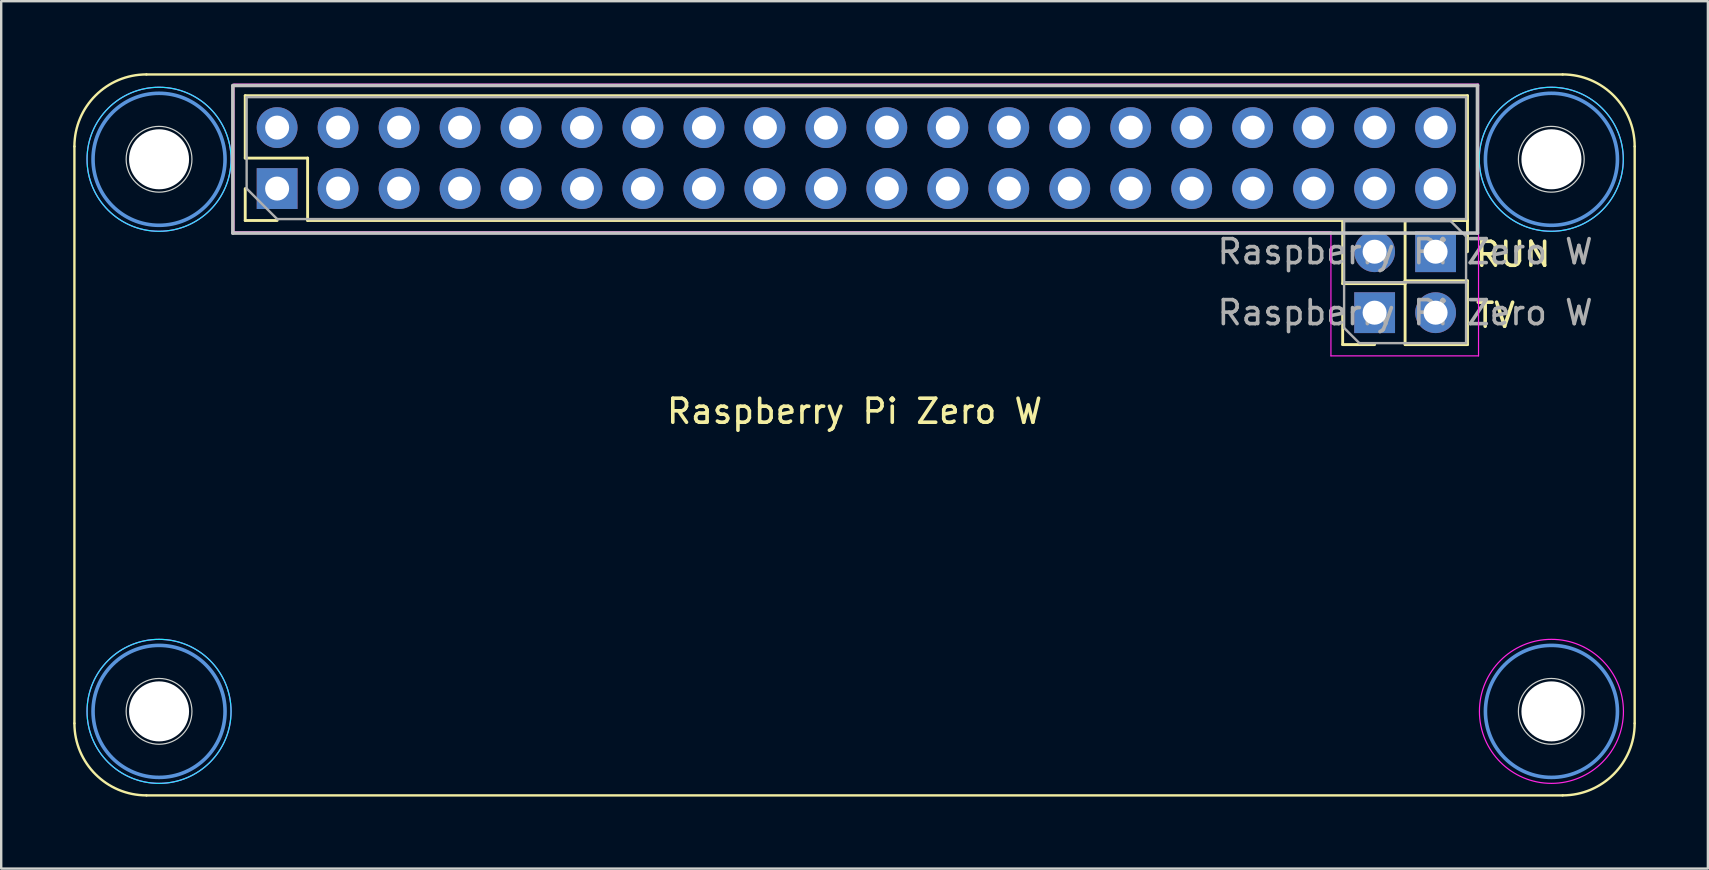
<source format=kicad_pcb>
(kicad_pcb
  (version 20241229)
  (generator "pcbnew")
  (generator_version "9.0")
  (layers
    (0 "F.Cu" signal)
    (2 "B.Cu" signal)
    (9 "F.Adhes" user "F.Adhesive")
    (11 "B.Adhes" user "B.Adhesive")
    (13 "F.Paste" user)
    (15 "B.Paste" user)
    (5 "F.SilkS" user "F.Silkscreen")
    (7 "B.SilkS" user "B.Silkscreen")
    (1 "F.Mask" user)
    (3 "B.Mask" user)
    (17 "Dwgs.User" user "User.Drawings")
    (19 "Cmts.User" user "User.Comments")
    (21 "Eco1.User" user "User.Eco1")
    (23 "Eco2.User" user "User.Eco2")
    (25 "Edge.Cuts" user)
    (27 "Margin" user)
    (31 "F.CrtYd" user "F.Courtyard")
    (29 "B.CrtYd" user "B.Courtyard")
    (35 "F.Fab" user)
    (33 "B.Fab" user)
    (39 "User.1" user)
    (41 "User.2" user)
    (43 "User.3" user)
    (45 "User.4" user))
  (footprint "Raspberry Pi Zero W"
    (layer "F.Cu")
    (at 32.55 15.085)
    (property "Reference" "Raspberry Pi Zero W" (at 0 -1 0) (unlocked yes) (layer "F.SilkS") (effects (font (size 1 1) (thickness 0.15))))
    (attr through_hole)
    (fp_line (start -32.5 12) (end -32.5 -12.034) (stroke (width 0.1) (type solid)) (layer "F.SilkS"))
    (fp_line (start -29.5 -15.034) (end 29.5 -15.034) (stroke (width 0.1) (type solid)) (layer "F.SilkS"))
    (fp_line (start -29.5 15) (end 29.5 15) (stroke (width 0.1) (type solid)) (layer "F.SilkS"))
    (fp_line (start -25.384 -14.149) (end 25.535 -14.149) (stroke (width 0.12) (type solid)) (layer "F.SilkS"))
    (fp_line (start -25.384 -11.549) (end -25.384 -14.149) (stroke (width 0.12) (type solid)) (layer "F.SilkS"))
    (fp_line (start -25.384 -8.949) (end -25.384 -10.279) (stroke (width 0.12) (type solid)) (layer "F.SilkS"))
    (fp_line (start -24.055 -8.949) (end -25.384 -8.949) (stroke (width 0.12) (type solid)) (layer "F.SilkS"))
    (fp_line (start -22.785 -11.549) (end -25.384 -11.549) (stroke (width 0.12) (type solid)) (layer "F.SilkS"))
    (fp_line (start -22.785 -8.949) (end -22.785 -11.549) (stroke (width 0.12) (type solid)) (layer "F.SilkS"))
    (fp_line (start -22.785 -8.949) (end 25.535 -8.949) (stroke (width 0.12) (type solid)) (layer "F.SilkS"))
    (fp_line (start 20.335 -8.979) (end 20.335 -6.319) (stroke (width 0.12) (type solid)) (layer "F.SilkS"))
    (fp_line (start 20.335 -3.779) (end 20.335 -5.109) (stroke (width 0.12) (type solid)) (layer "F.SilkS"))
    (fp_line (start 21.666 -3.779) (end 20.335 -3.779) (stroke (width 0.12) (type solid)) (layer "F.SilkS"))
    (fp_line (start 22.936 -8.979) (end 20.335 -8.979) (stroke (width 0.12) (type solid)) (layer "F.SilkS"))
    (fp_line (start 22.936 -8.979) (end 22.936 -6.319) (stroke (width 0.12) (type solid)) (layer "F.SilkS"))
    (fp_line (start 22.936 -6.439) (end 25.535 -6.439) (stroke (width 0.12) (type solid)) (layer "F.SilkS"))
    (fp_line (start 22.936 -6.319) (end 20.335 -6.319) (stroke (width 0.12) (type solid)) (layer "F.SilkS"))
    (fp_line (start 22.936 -3.779) (end 22.936 -6.439) (stroke (width 0.12) (type solid)) (layer "F.SilkS"))
    (fp_line (start 22.936 -3.779) (end 25.535 -3.779) (stroke (width 0.12) (type solid)) (layer "F.SilkS"))
    (fp_line (start 24.206 -8.979) (end 25.535 -8.979) (stroke (width 0.12) (type solid)) (layer "F.SilkS"))
    (fp_line (start 25.535 -8.979) (end 25.535 -7.649) (stroke (width 0.12) (type solid)) (layer "F.SilkS"))
    (fp_line (start 25.535 -8.949) (end 25.535 -14.149) (stroke (width 0.12) (type solid)) (layer "F.SilkS"))
    (fp_line (start 25.535 -3.779) (end 25.535 -6.439) (stroke (width 0.12) (type solid)) (layer "F.SilkS"))
    (fp_line (start 32.5 -12.034) (end 32.5 12) (stroke (width 0.1) (type solid)) (layer "F.SilkS"))
    (fp_arc (start -32.5 -12.0345) (mid -31.62132 -14.15582) (end -29.5 -15.0345) (stroke (width 0.1) (type solid)) (layer "F.SilkS"))
    (fp_arc (start -29.5 15) (mid -31.62132 14.12132) (end -32.5 12) (stroke (width 0.1) (type solid)) (layer "F.SilkS"))
    (fp_arc (start 29.5 -15.0345) (mid 31.62132 -14.15582) (end 32.5 -12.0345) (stroke (width 0.1) (type solid)) (layer "F.SilkS"))
    (fp_arc (start 32.5 12) (mid 31.62132 14.12132) (end 29.5 15) (stroke (width 0.1) (type solid)) (layer "F.SilkS"))
    (fp_line (start -25.899 -14.575) (end 25.951 -14.575) (stroke (width 0.15) (type solid)) (layer "Dwgs.User"))
    (fp_line (start -25.899 -8.425) (end -25.899 -14.55) (stroke (width 0.15) (type solid)) (layer "Dwgs.User"))
    (fp_line (start 25.951 -14.575) (end 25.951 -8.425) (stroke (width 0.15) (type solid)) (layer "Dwgs.User"))
    (fp_line (start 25.951 -8.425) (end -25.899 -8.425) (stroke (width 0.15) (type solid)) (layer "Dwgs.User"))
    (fp_circle (center -28.974 -11.499) (end -26.224 -11.499) (stroke (width 0.15) (type solid)) (fill no) (layer "Cmts.User"))
    (fp_circle (center -28.974 11.501) (end -26.224 11.501) (stroke (width 0.15) (type solid)) (fill no) (layer "Cmts.User"))
    (fp_circle (center 29.032 -11.499) (end 31.782 -11.499) (stroke (width 0.15) (type solid)) (fill no) (layer "Cmts.User"))
    (fp_circle (center 29.032 11.501) (end 31.782 11.501) (stroke (width 0.15) (type solid)) (fill no) (layer "Cmts.User"))
    (fp_circle (center -28.974 -11.5) (end -29.005 -10.13) (stroke (width 0.05) (type solid)) (fill no) (layer "Edge.Cuts"))
    (fp_circle (center -28.974 11.5) (end -29.005 12.87) (stroke (width 0.05) (type solid)) (fill no) (layer "Edge.Cuts"))
    (fp_circle (center 29.026 -11.5) (end 28.995 -10.13) (stroke (width 0.05) (type solid)) (fill no) (layer "Edge.Cuts"))
    (fp_circle (center 29.026 11.5) (end 28.995 12.87) (stroke (width 0.05) (type solid)) (fill no) (layer "Edge.Cuts"))
    (fp_circle (center -28.974 -11.5) (end -25.974 -11.5) (stroke (width 0.05) (type solid)) (fill no) (layer "B.CrtYd"))
    (fp_circle (center -28.974 11.5) (end -25.974 11.5) (stroke (width 0.05) (type solid)) (fill no) (layer "B.CrtYd"))
    (fp_circle (center 29.026 -11.5) (end 32.026 -11.5) (stroke (width 0.05) (type solid)) (fill no) (layer "B.CrtYd"))
    (fp_line (start -25.855 -14.629) (end -25.855 -8.479) (stroke (width 0.05) (type solid)) (layer "F.CrtYd"))
    (fp_line (start -25.855 -8.479) (end 19.846 -8.479) (stroke (width 0.05) (type solid)) (layer "F.CrtYd"))
    (fp_line (start 19.846 -8.479) (end 19.846 -3.309) (stroke (width 0.05) (type solid)) (layer "F.CrtYd"))
    (fp_line (start 19.846 -3.309) (end 25.995 -3.309) (stroke (width 0.05) (type solid)) (layer "F.CrtYd"))
    (fp_line (start 25.995 -14.629) (end -25.855 -14.629) (stroke (width 0.05) (type solid)) (layer "F.CrtYd"))
    (fp_line (start 25.995 -3.309) (end 25.995 -14.629) (stroke (width 0.05) (type solid)) (layer "F.CrtYd"))
    (fp_circle (center -28.974 -11.5) (end -25.974 -11.5) (stroke (width 0.05) (type solid)) (fill no) (layer "F.CrtYd"))
    (fp_circle (center -28.974 11.5) (end -25.974 11.5) (stroke (width 0.05) (type solid)) (fill no) (layer "F.CrtYd"))
    (fp_circle (center 29.026 -11.5) (end 32.026 -11.5) (stroke (width 0.05) (type solid)) (fill no) (layer "F.CrtYd"))
    (fp_circle (center 29.032 11.5) (end 32.032 11.5) (stroke (width 0.05) (type solid)) (fill no) (layer "F.CrtYd"))
    (fp_line (start -25.325 -14.089) (end 25.476 -14.089) (stroke (width 0.1) (type solid)) (layer "F.Fab"))
    (fp_line (start -25.325 -10.279) (end -25.325 -14.089) (stroke (width 0.1) (type solid)) (layer "F.Fab"))
    (fp_line (start -24.055 -9.009) (end -25.325 -10.279) (stroke (width 0.1) (type solid)) (layer "F.Fab"))
    (fp_line (start 20.395 -8.919) (end 24.84 -8.919) (stroke (width 0.1) (type solid)) (layer "F.Fab"))
    (fp_line (start 20.395 -6.379) (end 20.395 -8.919) (stroke (width 0.1) (type solid)) (layer "F.Fab"))
    (fp_line (start 20.395 -6.379) (end 25.476 -6.379) (stroke (width 0.1) (type solid)) (layer "F.Fab"))
    (fp_line (start 20.395 -4.474) (end 20.395 -6.379) (stroke (width 0.1) (type solid)) (layer "F.Fab"))
    (fp_line (start 21.03 -3.839) (end 20.395 -4.474) (stroke (width 0.1) (type solid)) (layer "F.Fab"))
    (fp_line (start 24.84 -8.919) (end 25.476 -8.284) (stroke (width 0.1) (type solid)) (layer "F.Fab"))
    (fp_line (start 25.476 -14.089) (end 25.476 -9.009) (stroke (width 0.1) (type solid)) (layer "F.Fab"))
    (fp_line (start 25.476 -9.009) (end -24.055 -9.009) (stroke (width 0.1) (type solid)) (layer "F.Fab"))
    (fp_line (start 25.476 -8.284) (end 25.476 -6.379) (stroke (width 0.1) (type solid)) (layer "F.Fab"))
    (fp_line (start 25.476 -6.379) (end 20.395 -6.379) (stroke (width 0.1) (type solid)) (layer "F.Fab"))
    (fp_line (start 25.476 -6.379) (end 25.476 -3.839) (stroke (width 0.1) (type solid)) (layer "F.Fab"))
    (fp_line (start 25.476 -3.839) (end 21.03 -3.839) (stroke (width 0.1) (type solid)) (layer "F.Fab"))
    (fp_text user "TV" (at 26.7 -5 0) (unlocked yes) (layer "F.SilkS") (effects (font (size 1 1) (thickness 0.15))))
    (fp_text user "RUN" (at 27.438 -7.54 0) (unlocked yes) (layer "F.SilkS") (effects (font (size 1 1) (thickness 0.15))))
    (fp_text user "${REFERENCE}" (at 22.936 -7.649 0) (layer "F.Fab") (effects (font (size 1 1) (thickness 0.15))))
    (fp_text user "${REFERENCE}" (at 22.936 -5.109 0) (layer "F.Fab") (effects (font (size 1 1) (thickness 0.15))))
    (pad "" np_thru_hole circle (at -28.974 -11.499 180) (size 2.5 2.5) (drill 2.5) (layers "*.Cu" "*.Mask"))
    (pad "" np_thru_hole circle (at -28.974 11.501 180) (size 2.5 2.5) (drill 2.5) (layers "*.Cu" "*.Mask"))
    (pad "" np_thru_hole circle (at 29.032 -11.499 180) (size 2.5 2.5) (drill 2.5) (layers "*.Cu" "*.Mask"))
    (pad "" np_thru_hole circle (at 29.032 11.501 180) (size 2.5 2.5) (drill 2.5) (layers "*.Cu" "*.Mask"))
    (pad "1" thru_hole rect (at -24.055 -10.279 270) (size 1.7 1.7) (drill 1) (layers "*.Cu" "*.Mask"))
    (pad "2" thru_hole oval (at -24.055 -12.819 270) (size 1.7 1.7) (drill 1) (layers "*.Cu" "*.Mask"))
    (pad "3" thru_hole oval (at -21.515 -10.279 270) (size 1.7 1.7) (drill 1) (layers "*.Cu" "*.Mask"))
    (pad "4" thru_hole oval (at -21.515 -12.819 270) (size 1.7 1.7) (drill 1) (layers "*.Cu" "*.Mask"))
    (pad "5" thru_hole oval (at -18.974 -10.279 270) (size 1.7 1.7) (drill 1) (layers "*.Cu" "*.Mask"))
    (pad "6" thru_hole oval (at -18.974 -12.819 270) (size 1.7 1.7) (drill 1) (layers "*.Cu" "*.Mask"))
    (pad "7" thru_hole oval (at -16.434 -10.279 270) (size 1.7 1.7) (drill 1) (layers "*.Cu" "*.Mask"))
    (pad "8" thru_hole oval (at -16.434 -12.819 270) (size 1.7 1.7) (drill 1) (layers "*.Cu" "*.Mask"))
    (pad "9" thru_hole oval (at -13.895 -10.279 270) (size 1.7 1.7) (drill 1) (layers "*.Cu" "*.Mask"))
    (pad "10" thru_hole oval (at -13.895 -12.819 270) (size 1.7 1.7) (drill 1) (layers "*.Cu" "*.Mask"))
    (pad "11" thru_hole oval (at -11.354 -10.279 270) (size 1.7 1.7) (drill 1) (layers "*.Cu" "*.Mask"))
    (pad "12" thru_hole oval (at -11.354 -12.819 270) (size 1.7 1.7) (drill 1) (layers "*.Cu" "*.Mask"))
    (pad "13" thru_hole oval (at -8.815 -10.279 270) (size 1.7 1.7) (drill 1) (layers "*.Cu" "*.Mask"))
    (pad "14" thru_hole oval (at -8.815 -12.819 270) (size 1.7 1.7) (drill 1) (layers "*.Cu" "*.Mask"))
    (pad "15" thru_hole oval (at -6.274 -10.279 270) (size 1.7 1.7) (drill 1) (layers "*.Cu" "*.Mask"))
    (pad "16" thru_hole oval (at -6.274 -12.819 270) (size 1.7 1.7) (drill 1) (layers "*.Cu" "*.Mask"))
    (pad "17" thru_hole oval (at -3.735 -10.279 270) (size 1.7 1.7) (drill 1) (layers "*.Cu" "*.Mask"))
    (pad "18" thru_hole oval (at -3.735 -12.819 270) (size 1.7 1.7) (drill 1) (layers "*.Cu" "*.Mask"))
    (pad "19" thru_hole oval (at -1.194 -10.279 270) (size 1.7 1.7) (drill 1) (layers "*.Cu" "*.Mask"))
    (pad "20" thru_hole oval (at -1.194 -12.819 270) (size 1.7 1.7) (drill 1) (layers "*.Cu" "*.Mask"))
    (pad "21" thru_hole oval (at 1.345 -10.279 270) (size 1.7 1.7) (drill 1) (layers "*.Cu" "*.Mask"))
    (pad "22" thru_hole oval (at 1.345 -12.819 270) (size 1.7 1.7) (drill 1) (layers "*.Cu" "*.Mask"))
    (pad "23" thru_hole oval (at 3.885 -10.279 270) (size 1.7 1.7) (drill 1) (layers "*.Cu" "*.Mask"))
    (pad "24" thru_hole oval (at 3.885 -12.819 270) (size 1.7 1.7) (drill 1) (layers "*.Cu" "*.Mask"))
    (pad "25" thru_hole oval (at 6.426 -10.279 270) (size 1.7 1.7) (drill 1) (layers "*.Cu" "*.Mask"))
    (pad "26" thru_hole oval (at 6.426 -12.819 270) (size 1.7 1.7) (drill 1) (layers "*.Cu" "*.Mask"))
    (pad "27" thru_hole oval (at 8.966 -10.279 270) (size 1.7 1.7) (drill 1) (layers "*.Cu" "*.Mask"))
    (pad "28" thru_hole oval (at 8.966 -12.819 270) (size 1.7 1.7) (drill 1) (layers "*.Cu" "*.Mask"))
    (pad "29" thru_hole oval (at 11.505 -10.279 270) (size 1.7 1.7) (drill 1) (layers "*.Cu" "*.Mask"))
    (pad "30" thru_hole oval (at 11.505 -12.819 270) (size 1.7 1.7) (drill 1) (layers "*.Cu" "*.Mask"))
    (pad "31" thru_hole oval (at 14.046 -10.279 270) (size 1.7 1.7) (drill 1) (layers "*.Cu" "*.Mask"))
    (pad "32" thru_hole oval (at 14.046 -12.819 270) (size 1.7 1.7) (drill 1) (layers "*.Cu" "*.Mask"))
    (pad "33" thru_hole oval (at 16.585 -10.279 270) (size 1.7 1.7) (drill 1) (layers "*.Cu" "*.Mask"))
    (pad "34" thru_hole oval (at 16.585 -12.819 270) (size 1.7 1.7) (drill 1) (layers "*.Cu" "*.Mask"))
    (pad "35" thru_hole oval (at 19.125 -10.279 270) (size 1.7 1.7) (drill 1) (layers "*.Cu" "*.Mask"))
    (pad "36" thru_hole oval (at 19.125 -12.819 270) (size 1.7 1.7) (drill 1) (layers "*.Cu" "*.Mask"))
    (pad "37" thru_hole oval (at 21.666 -10.279 270) (size 1.7 1.7) (drill 1) (layers "*.Cu" "*.Mask"))
    (pad "38" thru_hole oval (at 21.666 -12.819 270) (size 1.7 1.7) (drill 1) (layers "*.Cu" "*.Mask"))
    (pad "39" thru_hole oval (at 24.206 -10.279 270) (size 1.7 1.7) (drill 1) (layers "*.Cu" "*.Mask"))
    (pad "40" thru_hole oval (at 24.206 -12.819 270) (size 1.7 1.7) (drill 1) (layers "*.Cu" "*.Mask"))
    (pad "R1" thru_hole rect (at 24.206 -7.649 90) (size 1.7 1.7) (drill 1) (layers "*.Cu" "*.Mask"))
    (pad "R2" thru_hole oval (at 21.666 -7.649 90) (size 1.7 1.7) (drill 1) (layers "*.Cu" "*.Mask"))
    (pad "T1" thru_hole rect (at 21.666 -5.109 270) (size 1.7 1.7) (drill 1) (layers "*.Cu" "*.Mask"))
    (pad "T2" thru_hole oval (at 24.206 -5.109 270) (size 1.7 1.7) (drill 1) (layers "*.Cu" "*.Mask"))
    (zone (net_name "") (layers "F.Cu" "B.Cu" "F.SilkS" "B.SilkS") (hatch edge 0.508) (connect_pads) (min_thickness 0.254) (filled_areas_thickness no) (keepout (tracks not_allowed) (vias not_allowed) (pads allowed) (copperpour not_allowed) (footprints allowed)) (placement (enabled no)) (fill) (polygon (pts (xy 6.331 3.586) (xy 6.311 3.255) (xy 6.251 2.928) (xy 6.153 2.612) (xy 6.017 2.309) (xy 5.846 2.025) (xy 5.642 1.764) (xy 5.408 1.528) (xy 5.148 1.323) (xy 4.865 1.151) (xy 4.563 1.013) (xy 4.247 0.913) (xy 3.921 0.852) (xy 3.59 0.831) (xy 3.259 0.849) (xy 2.932 0.907) (xy 2.615 1.003) (xy 2.312 1.137) (xy 2.027 1.307) (xy 1.764 1.509) (xy 1.528 1.742) (xy 1.321 2.001) (xy 1.147 2.284) (xy 1.009 2.585) (xy 0.907 2.9) (xy 0.844 3.226) (xy 0.821 3.557) (xy 0.837 3.888) (xy 0.893 4.215) (xy 0.988 4.532) (xy 1.121 4.836) (xy 1.289 5.122) (xy 1.49 5.386) (xy 1.721 5.623) (xy 1.98 5.831) (xy 2.261 6.007) (xy 2.561 6.147) (xy 2.876 6.25) (xy 3.202 6.315) (xy 3.532 6.34) (xy 3.863 6.325) (xy 4.191 6.271) (xy 4.509 6.178) (xy 4.813 6.047) (xy 5.1 5.88) (xy 5.365 5.68) (xy 5.603 5.45) (xy 5.813 5.193) (xy 5.99 4.913) (xy 6.132 4.613) (xy 6.237 4.299) (xy 6.303 3.974) (xy 6.33 3.643))))
    (zone (net_name "") (layers "F.Cu" "B.Cu" "F.SilkS" "B.SilkS") (hatch edge 0.508) (connect_pads) (min_thickness 0.254) (filled_areas_thickness no) (keepout (tracks not_allowed) (vias not_allowed) (pads allowed) (copperpour not_allowed) (footprints allowed)) (placement (enabled no)) (fill) (polygon (pts (xy 6.331 26.585) (xy 6.311 26.255) (xy 6.251 25.928) (xy 6.153 25.612) (xy 6.017 25.309) (xy 5.846 25.025) (xy 5.642 24.764) (xy 5.408 24.528) (xy 5.148 24.323) (xy 4.865 24.151) (xy 4.563 24.013) (xy 4.247 23.913) (xy 3.921 23.852) (xy 3.59 23.831) (xy 3.259 23.849) (xy 2.932 23.907) (xy 2.615 24.003) (xy 2.312 24.137) (xy 2.027 24.307) (xy 1.764 24.509) (xy 1.528 24.742) (xy 1.321 25.001) (xy 1.147 25.284) (xy 1.009 25.585) (xy 0.907 25.9) (xy 0.844 26.226) (xy 0.821 26.557) (xy 0.837 26.888) (xy 0.893 27.215) (xy 0.988 27.532) (xy 1.121 27.836) (xy 1.289 28.122) (xy 1.49 28.386) (xy 1.721 28.623) (xy 1.98 28.831) (xy 2.261 29.007) (xy 2.561 29.147) (xy 2.876 29.25) (xy 3.202 29.315) (xy 3.532 29.34) (xy 3.863 29.325) (xy 4.191 29.271) (xy 4.509 29.178) (xy 4.813 29.047) (xy 5.1 28.88) (xy 5.365 28.68) (xy 5.603 28.45) (xy 5.813 28.193) (xy 5.99 27.913) (xy 6.132 27.613) (xy 6.237 27.299) (xy 6.303 26.974) (xy 6.33 26.643))))
    (zone (net_name "") (layers "F.Cu" "B.Cu" "F.SilkS" "B.SilkS") (hatch edge 0.508) (connect_pads) (min_thickness 0.254) (filled_areas_thickness no) (keepout (tracks not_allowed) (vias not_allowed) (pads allowed) (copperpour not_allowed) (footprints allowed)) (placement (enabled no)) (fill) (polygon (pts (xy 64.337 3.586) (xy 64.317 3.255) (xy 64.257 2.928) (xy 64.159 2.612) (xy 64.023 2.309) (xy 63.852 2.025) (xy 63.648 1.764) (xy 63.414 1.528) (xy 63.154 1.323) (xy 62.871 1.151) (xy 62.569 1.013) (xy 62.253 0.913) (xy 61.927 0.852) (xy 61.596 0.831) (xy 61.265 0.849) (xy 60.938 0.907) (xy 60.621 1.003) (xy 60.318 1.137) (xy 60.033 1.307) (xy 59.77 1.509) (xy 59.534 1.742) (xy 59.327 2.001) (xy 59.153 2.284) (xy 59.015 2.585) (xy 58.913 2.9) (xy 58.85 3.226) (xy 58.827 3.557) (xy 58.843 3.888) (xy 58.899 4.215) (xy 58.994 4.532) (xy 59.127 4.836) (xy 59.295 5.122) (xy 59.496 5.386) (xy 59.727 5.623) (xy 59.986 5.831) (xy 60.267 6.007) (xy 60.567 6.147) (xy 60.882 6.25) (xy 61.208 6.315) (xy 61.538 6.34) (xy 61.869 6.325) (xy 62.197 6.271) (xy 62.515 6.178) (xy 62.819 6.047) (xy 63.106 5.88) (xy 63.371 5.68) (xy 63.609 5.45) (xy 63.819 5.193) (xy 63.996 4.913) (xy 64.138 4.613) (xy 64.243 4.299) (xy 64.309 3.974) (xy 64.336 3.643))))
    (zone (net_name "") (layers "F.Cu" "B.Cu" "F.SilkS" "B.SilkS") (hatch edge 0.508) (connect_pads) (min_thickness 0.254) (filled_areas_thickness no) (keepout (tracks not_allowed) (vias not_allowed) (pads allowed) (copperpour not_allowed) (footprints allowed)) (placement (enabled no)) (fill) (polygon (pts (xy 64.337 26.585) (xy 64.317 26.255) (xy 64.257 25.928) (xy 64.159 25.612) (xy 64.023 25.309) (xy 63.852 25.025) (xy 63.648 24.764) (xy 63.414 24.528) (xy 63.154 24.323) (xy 62.871 24.151) (xy 62.569 24.013) (xy 62.253 23.913) (xy 61.927 23.852) (xy 61.596 23.831) (xy 61.265 23.849) (xy 60.938 23.907) (xy 60.621 24.003) (xy 60.318 24.137) (xy 60.033 24.307) (xy 59.77 24.509) (xy 59.534 24.742) (xy 59.327 25.001) (xy 59.153 25.284) (xy 59.015 25.585) (xy 58.913 25.9) (xy 58.85 26.226) (xy 58.827 26.557) (xy 58.843 26.888) (xy 58.899 27.215) (xy 58.994 27.532) (xy 59.127 27.836) (xy 59.295 28.122) (xy 59.496 28.386) (xy 59.727 28.623) (xy 59.986 28.831) (xy 60.267 29.007) (xy 60.567 29.147) (xy 60.882 29.25) (xy 61.208 29.315) (xy 61.538 29.34) (xy 61.869 29.325) (xy 62.197 29.271) (xy 62.515 29.178) (xy 62.819 29.047) (xy 63.106 28.88) (xy 63.371 28.68) (xy 63.609 28.45) (xy 63.819 28.193) (xy 63.996 27.913) (xy 64.138 27.613) (xy 64.243 27.299) (xy 64.309 26.974) (xy 64.336 26.643)))))
  (gr_rect
    (start -3 -3)
    (end 68.1 33.135)
    (stroke (width 0.1) (type default))
    (fill no)
    (layer "Edge.Cuts")))
</source>
